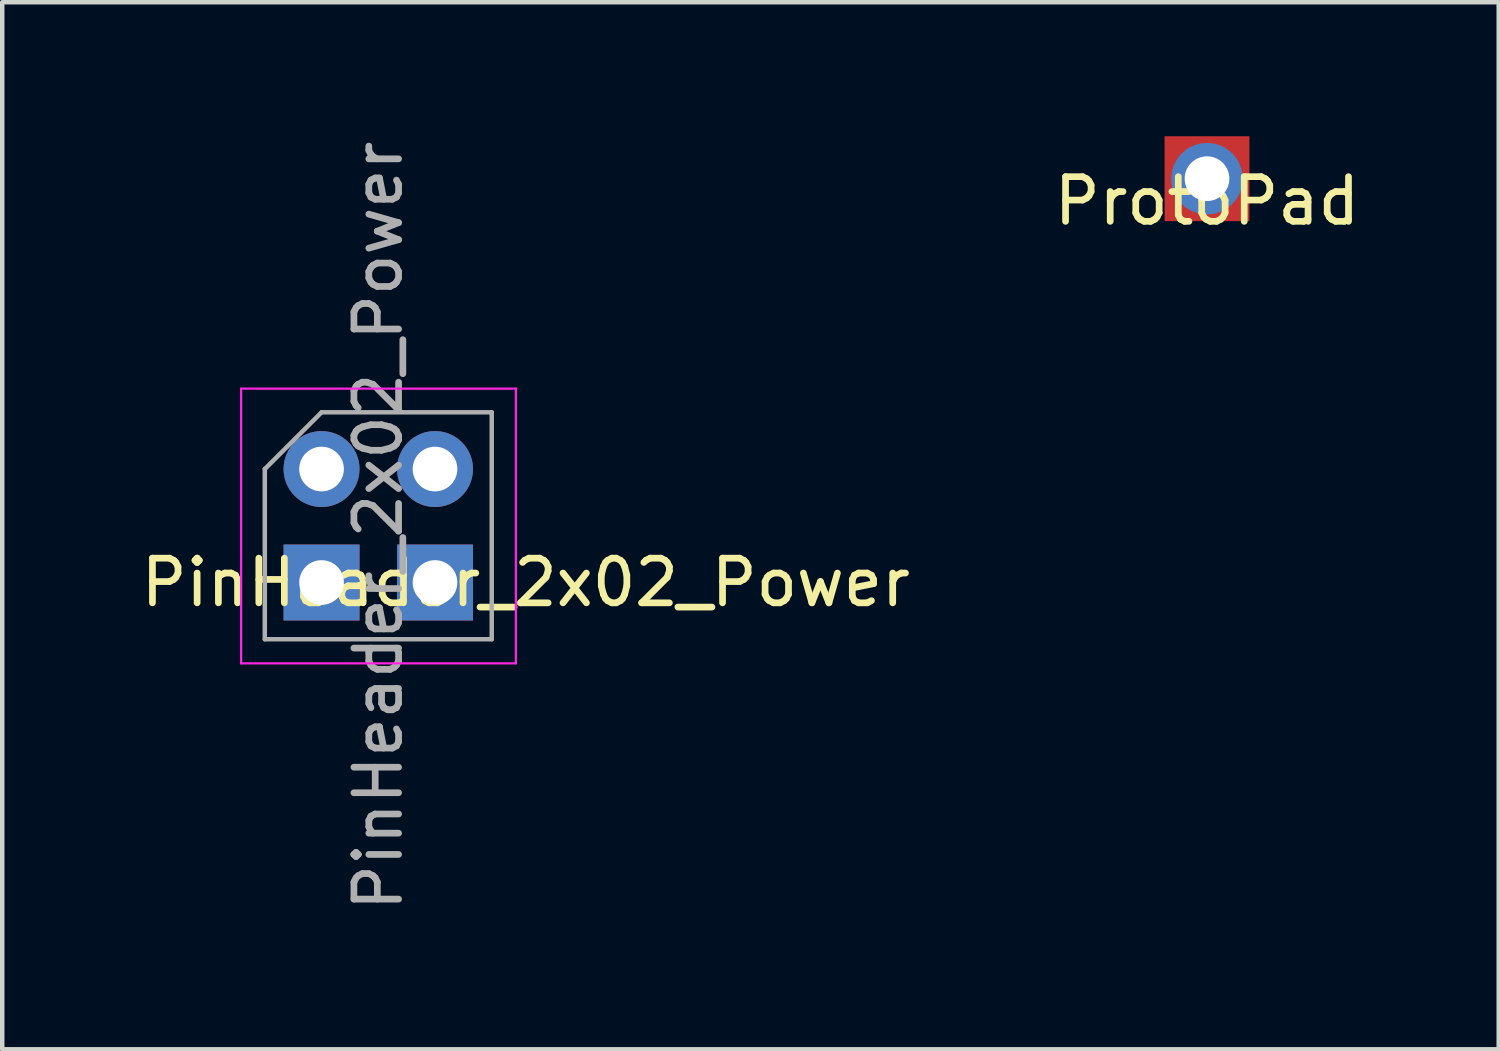
<source format=kicad_pcb>
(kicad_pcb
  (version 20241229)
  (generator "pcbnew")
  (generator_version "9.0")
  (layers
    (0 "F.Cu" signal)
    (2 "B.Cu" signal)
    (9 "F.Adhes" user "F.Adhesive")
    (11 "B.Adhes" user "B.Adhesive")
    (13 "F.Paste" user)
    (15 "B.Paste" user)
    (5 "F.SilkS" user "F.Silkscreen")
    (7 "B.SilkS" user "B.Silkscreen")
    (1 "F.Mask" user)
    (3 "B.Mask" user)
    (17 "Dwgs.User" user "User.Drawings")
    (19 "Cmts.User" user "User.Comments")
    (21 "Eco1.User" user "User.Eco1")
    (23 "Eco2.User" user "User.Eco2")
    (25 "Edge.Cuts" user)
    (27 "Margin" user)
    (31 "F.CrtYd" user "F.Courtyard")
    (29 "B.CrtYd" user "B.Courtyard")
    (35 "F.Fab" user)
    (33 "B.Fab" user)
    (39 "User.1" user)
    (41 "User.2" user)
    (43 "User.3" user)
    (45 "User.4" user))
  (footprint "PinHeader_2x02_Power"
    (layer "F.Cu")
    (at 4.148 7.45)
    (property "Reference" "PinHeader_2x02_Power" (at 4.572 2.54 0) (layer "F.SilkS") (effects (font (size 1 1) (thickness 0.15))))
    (attr through_hole)
    (fp_line (start -1.8 -1.8) (end -1.8 4.35) (stroke (width 0.05) (type solid)) (layer "F.CrtYd"))
    (fp_line (start -1.8 4.35) (end 4.35 4.35) (stroke (width 0.05) (type solid)) (layer "F.CrtYd"))
    (fp_line (start 4.35 -1.8) (end -1.8 -1.8) (stroke (width 0.05) (type solid)) (layer "F.CrtYd"))
    (fp_line (start 4.35 4.35) (end 4.35 -1.8) (stroke (width 0.05) (type solid)) (layer "F.CrtYd"))
    (fp_line (start -1.27 0) (end 0 -1.27) (stroke (width 0.1) (type solid)) (layer "F.Fab"))
    (fp_line (start -1.27 3.81) (end -1.27 0) (stroke (width 0.1) (type solid)) (layer "F.Fab"))
    (fp_line (start 0 -1.27) (end 3.81 -1.27) (stroke (width 0.1) (type solid)) (layer "F.Fab"))
    (fp_line (start 3.81 -1.27) (end 3.81 3.81) (stroke (width 0.1) (type solid)) (layer "F.Fab"))
    (fp_line (start 3.81 3.81) (end -1.27 3.81) (stroke (width 0.1) (type solid)) (layer "F.Fab"))
    (fp_text user "${REFERENCE}" (at 1.27 1.27 90) (layer "F.Fab") (effects (font (size 1 1) (thickness 0.15))))
    (pad "1" thru_hole oval (at 0 0) (size 1.7 1.7) (drill 1) (layers "*.Cu" "*.Mask"))
    (pad "2" thru_hole oval (at 2.54 0) (size 1.7 1.7) (drill 1) (layers "*.Cu" "*.Mask"))
    (pad "3" thru_hole rect (at 0 2.54) (size 1.7 1.7) (drill 1) (layers "*.Cu" "*.Mask"))
    (pad "4" thru_hole rect (at 2.54 2.54) (size 1.7 1.7) (drill 1) (layers "*.Cu" "*.Mask")))
  (footprint "ProtoPad"
    (layer "F.Cu")
    (at 23.97 0.95)
    (property "Reference" "ProtoPad" (at 0 0.5 0) (layer "F.SilkS") (effects (font (size 1 1) (thickness 0.15))))
    (attr through_hole)
    (pad "1" thru_hole circle (at 0 0) (size 1.6 1.6) (drill 1) (layers "*.Cu" "*.Mask"))
    (pad "1" smd rect (at 0 0) (size 1.9 1.9) (layers "F.Cu" "F.Mask")))
  (gr_rect
    (start -3 -3)
    (end 30.5 20.44)
    (stroke (width 0.1) (type default))
    (fill no)
    (layer "Edge.Cuts")))
</source>
